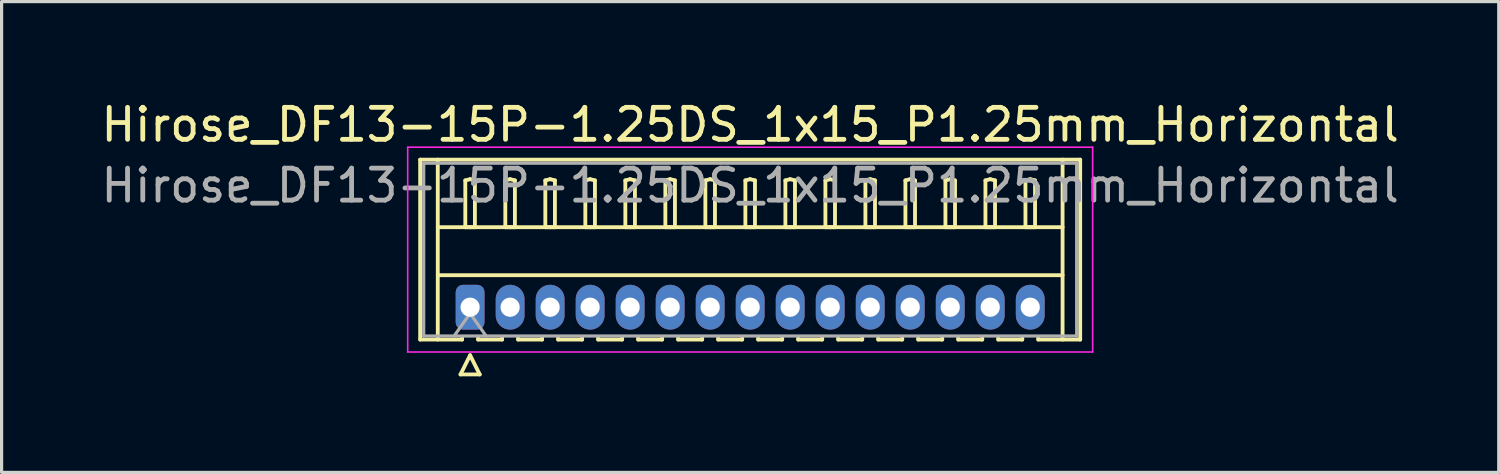
<source format=kicad_pcb>
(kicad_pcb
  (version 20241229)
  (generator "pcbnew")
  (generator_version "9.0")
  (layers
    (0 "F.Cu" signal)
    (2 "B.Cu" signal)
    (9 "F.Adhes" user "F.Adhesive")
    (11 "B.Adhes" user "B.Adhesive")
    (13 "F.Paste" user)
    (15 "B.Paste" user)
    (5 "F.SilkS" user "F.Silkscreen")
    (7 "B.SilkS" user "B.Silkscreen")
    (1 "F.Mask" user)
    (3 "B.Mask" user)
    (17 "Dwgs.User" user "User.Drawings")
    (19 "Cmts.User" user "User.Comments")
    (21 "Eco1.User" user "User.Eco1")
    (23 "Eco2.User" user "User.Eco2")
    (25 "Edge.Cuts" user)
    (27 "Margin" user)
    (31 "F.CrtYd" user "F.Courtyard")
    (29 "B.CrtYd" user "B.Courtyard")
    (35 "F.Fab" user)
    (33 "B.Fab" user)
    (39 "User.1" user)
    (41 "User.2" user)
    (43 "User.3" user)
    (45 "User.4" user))
  (footprint "Hirose_DF13-15P-1.25DS_1x15_P1.25mm_Horizontal"
    (layer "F.Cu")
    (at 11.637 6.548)
    (property "Reference" "Hirose_DF13-15P-1.25DS_1x15_P1.25mm_Horizontal" (at 8.75 -5.7 0) (layer "F.SilkS") (effects (font (size 1 1) (thickness 0.15))))
    (attr through_hole)
    (fp_line (start -1.56 -4.61) (end 19.06 -4.61) (stroke (width 0.12) (type solid)) (layer "F.SilkS"))
    (fp_line (start -1.56 1.01) (end -1.56 -4.61) (stroke (width 0.12) (type solid)) (layer "F.SilkS"))
    (fp_line (start -1.01 -4.61) (end -1.01 1.01) (stroke (width 0.12) (type solid)) (layer "F.SilkS"))
    (fp_line (start -1.01 -2.5) (end 18.51 -2.5) (stroke (width 0.12) (type solid)) (layer "F.SilkS"))
    (fp_line (start -1.01 -1) (end 18.51 -1) (stroke (width 0.12) (type solid)) (layer "F.SilkS"))
    (fp_line (start -0.3 2.1) (end 0.3 2.1) (stroke (width 0.12) (type solid)) (layer "F.SilkS"))
    (fp_line (start -0.25 0.96) (end -0.25 1.01) (stroke (width 0.12) (type solid)) (layer "F.SilkS"))
    (fp_line (start -0.25 1.01) (end -1.56 1.01) (stroke (width 0.12) (type solid)) (layer "F.SilkS"))
    (fp_line (start -0.15 -3.962) (end 0 -4) (stroke (width 0.12) (type solid)) (layer "F.SilkS"))
    (fp_line (start -0.15 -2.5) (end -0.15 -3.962) (stroke (width 0.12) (type solid)) (layer "F.SilkS"))
    (fp_line (start 0 -4) (end 0.15 -3.962) (stroke (width 0.12) (type solid)) (layer "F.SilkS"))
    (fp_line (start 0 -2.5) (end -0.15 -2.5) (stroke (width 0.12) (type solid)) (layer "F.SilkS"))
    (fp_line (start 0 1.5) (end -0.3 2.1) (stroke (width 0.12) (type solid)) (layer "F.SilkS"))
    (fp_line (start 0.15 -3.962) (end 0.15 -2.5) (stroke (width 0.12) (type solid)) (layer "F.SilkS"))
    (fp_line (start 0.15 -2.5) (end 0 -2.5) (stroke (width 0.12) (type solid)) (layer "F.SilkS"))
    (fp_line (start 0.25 0.96) (end 0.25 1.01) (stroke (width 0.12) (type solid)) (layer "F.SilkS"))
    (fp_line (start 0.25 1.01) (end 1 1.01) (stroke (width 0.12) (type solid)) (layer "F.SilkS"))
    (fp_line (start 0.3 2.1) (end 0 1.5) (stroke (width 0.12) (type solid)) (layer "F.SilkS"))
    (fp_line (start 1 1.01) (end 1 0.96) (stroke (width 0.12) (type solid)) (layer "F.SilkS"))
    (fp_line (start 1.1 -3.962) (end 1.25 -4) (stroke (width 0.12) (type solid)) (layer "F.SilkS"))
    (fp_line (start 1.1 -2.5) (end 1.1 -3.962) (stroke (width 0.12) (type solid)) (layer "F.SilkS"))
    (fp_line (start 1.25 -4) (end 1.4 -3.962) (stroke (width 0.12) (type solid)) (layer "F.SilkS"))
    (fp_line (start 1.25 -2.5) (end 1.1 -2.5) (stroke (width 0.12) (type solid)) (layer "F.SilkS"))
    (fp_line (start 1.4 -3.962) (end 1.4 -2.5) (stroke (width 0.12) (type solid)) (layer "F.SilkS"))
    (fp_line (start 1.4 -2.5) (end 1.25 -2.5) (stroke (width 0.12) (type solid)) (layer "F.SilkS"))
    (fp_line (start 1.5 0.96) (end 1.5 1.01) (stroke (width 0.12) (type solid)) (layer "F.SilkS"))
    (fp_line (start 1.5 1.01) (end 2.25 1.01) (stroke (width 0.12) (type solid)) (layer "F.SilkS"))
    (fp_line (start 2.25 1.01) (end 2.25 0.96) (stroke (width 0.12) (type solid)) (layer "F.SilkS"))
    (fp_line (start 2.35 -3.962) (end 2.5 -4) (stroke (width 0.12) (type solid)) (layer "F.SilkS"))
    (fp_line (start 2.35 -2.5) (end 2.35 -3.962) (stroke (width 0.12) (type solid)) (layer "F.SilkS"))
    (fp_line (start 2.5 -4) (end 2.65 -3.962) (stroke (width 0.12) (type solid)) (layer "F.SilkS"))
    (fp_line (start 2.5 -2.5) (end 2.35 -2.5) (stroke (width 0.12) (type solid)) (layer "F.SilkS"))
    (fp_line (start 2.65 -3.962) (end 2.65 -2.5) (stroke (width 0.12) (type solid)) (layer "F.SilkS"))
    (fp_line (start 2.65 -2.5) (end 2.5 -2.5) (stroke (width 0.12) (type solid)) (layer "F.SilkS"))
    (fp_line (start 2.75 0.96) (end 2.75 1.01) (stroke (width 0.12) (type solid)) (layer "F.SilkS"))
    (fp_line (start 2.75 1.01) (end 3.5 1.01) (stroke (width 0.12) (type solid)) (layer "F.SilkS"))
    (fp_line (start 3.5 1.01) (end 3.5 0.96) (stroke (width 0.12) (type solid)) (layer "F.SilkS"))
    (fp_line (start 3.6 -3.962) (end 3.75 -4) (stroke (width 0.12) (type solid)) (layer "F.SilkS"))
    (fp_line (start 3.6 -2.5) (end 3.6 -3.962) (stroke (width 0.12) (type solid)) (layer "F.SilkS"))
    (fp_line (start 3.75 -4) (end 3.9 -3.962) (stroke (width 0.12) (type solid)) (layer "F.SilkS"))
    (fp_line (start 3.75 -2.5) (end 3.6 -2.5) (stroke (width 0.12) (type solid)) (layer "F.SilkS"))
    (fp_line (start 3.9 -3.962) (end 3.9 -2.5) (stroke (width 0.12) (type solid)) (layer "F.SilkS"))
    (fp_line (start 3.9 -2.5) (end 3.75 -2.5) (stroke (width 0.12) (type solid)) (layer "F.SilkS"))
    (fp_line (start 4 0.96) (end 4 1.01) (stroke (width 0.12) (type solid)) (layer "F.SilkS"))
    (fp_line (start 4 1.01) (end 4.75 1.01) (stroke (width 0.12) (type solid)) (layer "F.SilkS"))
    (fp_line (start 4.75 1.01) (end 4.75 0.96) (stroke (width 0.12) (type solid)) (layer "F.SilkS"))
    (fp_line (start 4.85 -3.962) (end 5 -4) (stroke (width 0.12) (type solid)) (layer "F.SilkS"))
    (fp_line (start 4.85 -2.5) (end 4.85 -3.962) (stroke (width 0.12) (type solid)) (layer "F.SilkS"))
    (fp_line (start 5 -4) (end 5.15 -3.962) (stroke (width 0.12) (type solid)) (layer "F.SilkS"))
    (fp_line (start 5 -2.5) (end 4.85 -2.5) (stroke (width 0.12) (type solid)) (layer "F.SilkS"))
    (fp_line (start 5.15 -3.962) (end 5.15 -2.5) (stroke (width 0.12) (type solid)) (layer "F.SilkS"))
    (fp_line (start 5.15 -2.5) (end 5 -2.5) (stroke (width 0.12) (type solid)) (layer "F.SilkS"))
    (fp_line (start 5.25 0.96) (end 5.25 1.01) (stroke (width 0.12) (type solid)) (layer "F.SilkS"))
    (fp_line (start 5.25 1.01) (end 6 1.01) (stroke (width 0.12) (type solid)) (layer "F.SilkS"))
    (fp_line (start 6 1.01) (end 6 0.96) (stroke (width 0.12) (type solid)) (layer "F.SilkS"))
    (fp_line (start 6.1 -3.962) (end 6.25 -4) (stroke (width 0.12) (type solid)) (layer "F.SilkS"))
    (fp_line (start 6.1 -2.5) (end 6.1 -3.962) (stroke (width 0.12) (type solid)) (layer "F.SilkS"))
    (fp_line (start 6.25 -4) (end 6.4 -3.962) (stroke (width 0.12) (type solid)) (layer "F.SilkS"))
    (fp_line (start 6.25 -2.5) (end 6.1 -2.5) (stroke (width 0.12) (type solid)) (layer "F.SilkS"))
    (fp_line (start 6.4 -3.962) (end 6.4 -2.5) (stroke (width 0.12) (type solid)) (layer "F.SilkS"))
    (fp_line (start 6.4 -2.5) (end 6.25 -2.5) (stroke (width 0.12) (type solid)) (layer "F.SilkS"))
    (fp_line (start 6.5 0.96) (end 6.5 1.01) (stroke (width 0.12) (type solid)) (layer "F.SilkS"))
    (fp_line (start 6.5 1.01) (end 7.25 1.01) (stroke (width 0.12) (type solid)) (layer "F.SilkS"))
    (fp_line (start 7.25 1.01) (end 7.25 0.96) (stroke (width 0.12) (type solid)) (layer "F.SilkS"))
    (fp_line (start 7.35 -3.962) (end 7.5 -4) (stroke (width 0.12) (type solid)) (layer "F.SilkS"))
    (fp_line (start 7.35 -2.5) (end 7.35 -3.962) (stroke (width 0.12) (type solid)) (layer "F.SilkS"))
    (fp_line (start 7.5 -4) (end 7.65 -3.962) (stroke (width 0.12) (type solid)) (layer "F.SilkS"))
    (fp_line (start 7.5 -2.5) (end 7.35 -2.5) (stroke (width 0.12) (type solid)) (layer "F.SilkS"))
    (fp_line (start 7.65 -3.962) (end 7.65 -2.5) (stroke (width 0.12) (type solid)) (layer "F.SilkS"))
    (fp_line (start 7.65 -2.5) (end 7.5 -2.5) (stroke (width 0.12) (type solid)) (layer "F.SilkS"))
    (fp_line (start 7.75 0.96) (end 7.75 1.01) (stroke (width 0.12) (type solid)) (layer "F.SilkS"))
    (fp_line (start 7.75 1.01) (end 8.5 1.01) (stroke (width 0.12) (type solid)) (layer "F.SilkS"))
    (fp_line (start 8.5 1.01) (end 8.5 0.96) (stroke (width 0.12) (type solid)) (layer "F.SilkS"))
    (fp_line (start 8.6 -3.962) (end 8.75 -4) (stroke (width 0.12) (type solid)) (layer "F.SilkS"))
    (fp_line (start 8.6 -2.5) (end 8.6 -3.962) (stroke (width 0.12) (type solid)) (layer "F.SilkS"))
    (fp_line (start 8.75 -4) (end 8.9 -3.962) (stroke (width 0.12) (type solid)) (layer "F.SilkS"))
    (fp_line (start 8.75 -2.5) (end 8.6 -2.5) (stroke (width 0.12) (type solid)) (layer "F.SilkS"))
    (fp_line (start 8.9 -3.962) (end 8.9 -2.5) (stroke (width 0.12) (type solid)) (layer "F.SilkS"))
    (fp_line (start 8.9 -2.5) (end 8.75 -2.5) (stroke (width 0.12) (type solid)) (layer "F.SilkS"))
    (fp_line (start 9 0.96) (end 9 1.01) (stroke (width 0.12) (type solid)) (layer "F.SilkS"))
    (fp_line (start 9 1.01) (end 9.75 1.01) (stroke (width 0.12) (type solid)) (layer "F.SilkS"))
    (fp_line (start 9.75 1.01) (end 9.75 0.96) (stroke (width 0.12) (type solid)) (layer "F.SilkS"))
    (fp_line (start 9.85 -3.962) (end 10 -4) (stroke (width 0.12) (type solid)) (layer "F.SilkS"))
    (fp_line (start 9.85 -2.5) (end 9.85 -3.962) (stroke (width 0.12) (type solid)) (layer "F.SilkS"))
    (fp_line (start 10 -4) (end 10.15 -3.962) (stroke (width 0.12) (type solid)) (layer "F.SilkS"))
    (fp_line (start 10 -2.5) (end 9.85 -2.5) (stroke (width 0.12) (type solid)) (layer "F.SilkS"))
    (fp_line (start 10.15 -3.962) (end 10.15 -2.5) (stroke (width 0.12) (type solid)) (layer "F.SilkS"))
    (fp_line (start 10.15 -2.5) (end 10 -2.5) (stroke (width 0.12) (type solid)) (layer "F.SilkS"))
    (fp_line (start 10.25 0.96) (end 10.25 1.01) (stroke (width 0.12) (type solid)) (layer "F.SilkS"))
    (fp_line (start 10.25 1.01) (end 11 1.01) (stroke (width 0.12) (type solid)) (layer "F.SilkS"))
    (fp_line (start 11 1.01) (end 11 0.96) (stroke (width 0.12) (type solid)) (layer "F.SilkS"))
    (fp_line (start 11.1 -3.962) (end 11.25 -4) (stroke (width 0.12) (type solid)) (layer "F.SilkS"))
    (fp_line (start 11.1 -2.5) (end 11.1 -3.962) (stroke (width 0.12) (type solid)) (layer "F.SilkS"))
    (fp_line (start 11.25 -4) (end 11.4 -3.962) (stroke (width 0.12) (type solid)) (layer "F.SilkS"))
    (fp_line (start 11.25 -2.5) (end 11.1 -2.5) (stroke (width 0.12) (type solid)) (layer "F.SilkS"))
    (fp_line (start 11.4 -3.962) (end 11.4 -2.5) (stroke (width 0.12) (type solid)) (layer "F.SilkS"))
    (fp_line (start 11.4 -2.5) (end 11.25 -2.5) (stroke (width 0.12) (type solid)) (layer "F.SilkS"))
    (fp_line (start 11.5 0.96) (end 11.5 1.01) (stroke (width 0.12) (type solid)) (layer "F.SilkS"))
    (fp_line (start 11.5 1.01) (end 12.25 1.01) (stroke (width 0.12) (type solid)) (layer "F.SilkS"))
    (fp_line (start 12.25 1.01) (end 12.25 0.96) (stroke (width 0.12) (type solid)) (layer "F.SilkS"))
    (fp_line (start 12.35 -3.962) (end 12.5 -4) (stroke (width 0.12) (type solid)) (layer "F.SilkS"))
    (fp_line (start 12.35 -2.5) (end 12.35 -3.962) (stroke (width 0.12) (type solid)) (layer "F.SilkS"))
    (fp_line (start 12.5 -4) (end 12.65 -3.962) (stroke (width 0.12) (type solid)) (layer "F.SilkS"))
    (fp_line (start 12.5 -2.5) (end 12.35 -2.5) (stroke (width 0.12) (type solid)) (layer "F.SilkS"))
    (fp_line (start 12.65 -3.962) (end 12.65 -2.5) (stroke (width 0.12) (type solid)) (layer "F.SilkS"))
    (fp_line (start 12.65 -2.5) (end 12.5 -2.5) (stroke (width 0.12) (type solid)) (layer "F.SilkS"))
    (fp_line (start 12.75 0.96) (end 12.75 1.01) (stroke (width 0.12) (type solid)) (layer "F.SilkS"))
    (fp_line (start 12.75 1.01) (end 13.5 1.01) (stroke (width 0.12) (type solid)) (layer "F.SilkS"))
    (fp_line (start 13.5 1.01) (end 13.5 0.96) (stroke (width 0.12) (type solid)) (layer "F.SilkS"))
    (fp_line (start 13.6 -3.962) (end 13.75 -4) (stroke (width 0.12) (type solid)) (layer "F.SilkS"))
    (fp_line (start 13.6 -2.5) (end 13.6 -3.962) (stroke (width 0.12) (type solid)) (layer "F.SilkS"))
    (fp_line (start 13.75 -4) (end 13.9 -3.962) (stroke (width 0.12) (type solid)) (layer "F.SilkS"))
    (fp_line (start 13.75 -2.5) (end 13.6 -2.5) (stroke (width 0.12) (type solid)) (layer "F.SilkS"))
    (fp_line (start 13.9 -3.962) (end 13.9 -2.5) (stroke (width 0.12) (type solid)) (layer "F.SilkS"))
    (fp_line (start 13.9 -2.5) (end 13.75 -2.5) (stroke (width 0.12) (type solid)) (layer "F.SilkS"))
    (fp_line (start 14 0.96) (end 14 1.01) (stroke (width 0.12) (type solid)) (layer "F.SilkS"))
    (fp_line (start 14 1.01) (end 14.75 1.01) (stroke (width 0.12) (type solid)) (layer "F.SilkS"))
    (fp_line (start 14.75 1.01) (end 14.75 0.96) (stroke (width 0.12) (type solid)) (layer "F.SilkS"))
    (fp_line (start 14.85 -3.962) (end 15 -4) (stroke (width 0.12) (type solid)) (layer "F.SilkS"))
    (fp_line (start 14.85 -2.5) (end 14.85 -3.962) (stroke (width 0.12) (type solid)) (layer "F.SilkS"))
    (fp_line (start 15 -4) (end 15.15 -3.962) (stroke (width 0.12) (type solid)) (layer "F.SilkS"))
    (fp_line (start 15 -2.5) (end 14.85 -2.5) (stroke (width 0.12) (type solid)) (layer "F.SilkS"))
    (fp_line (start 15.15 -3.962) (end 15.15 -2.5) (stroke (width 0.12) (type solid)) (layer "F.SilkS"))
    (fp_line (start 15.15 -2.5) (end 15 -2.5) (stroke (width 0.12) (type solid)) (layer "F.SilkS"))
    (fp_line (start 15.25 0.96) (end 15.25 1.01) (stroke (width 0.12) (type solid)) (layer "F.SilkS"))
    (fp_line (start 15.25 1.01) (end 16 1.01) (stroke (width 0.12) (type solid)) (layer "F.SilkS"))
    (fp_line (start 16 1.01) (end 16 0.96) (stroke (width 0.12) (type solid)) (layer "F.SilkS"))
    (fp_line (start 16.1 -3.962) (end 16.25 -4) (stroke (width 0.12) (type solid)) (layer "F.SilkS"))
    (fp_line (start 16.1 -2.5) (end 16.1 -3.962) (stroke (width 0.12) (type solid)) (layer "F.SilkS"))
    (fp_line (start 16.25 -4) (end 16.4 -3.962) (stroke (width 0.12) (type solid)) (layer "F.SilkS"))
    (fp_line (start 16.25 -2.5) (end 16.1 -2.5) (stroke (width 0.12) (type solid)) (layer "F.SilkS"))
    (fp_line (start 16.4 -3.962) (end 16.4 -2.5) (stroke (width 0.12) (type solid)) (layer "F.SilkS"))
    (fp_line (start 16.4 -2.5) (end 16.25 -2.5) (stroke (width 0.12) (type solid)) (layer "F.SilkS"))
    (fp_line (start 16.5 0.96) (end 16.5 1.01) (stroke (width 0.12) (type solid)) (layer "F.SilkS"))
    (fp_line (start 16.5 1.01) (end 17.25 1.01) (stroke (width 0.12) (type solid)) (layer "F.SilkS"))
    (fp_line (start 17.25 1.01) (end 17.25 0.96) (stroke (width 0.12) (type solid)) (layer "F.SilkS"))
    (fp_line (start 17.35 -3.962) (end 17.5 -4) (stroke (width 0.12) (type solid)) (layer "F.SilkS"))
    (fp_line (start 17.35 -2.5) (end 17.35 -3.962) (stroke (width 0.12) (type solid)) (layer "F.SilkS"))
    (fp_line (start 17.5 -4) (end 17.65 -3.962) (stroke (width 0.12) (type solid)) (layer "F.SilkS"))
    (fp_line (start 17.5 -2.5) (end 17.35 -2.5) (stroke (width 0.12) (type solid)) (layer "F.SilkS"))
    (fp_line (start 17.65 -3.962) (end 17.65 -2.5) (stroke (width 0.12) (type solid)) (layer "F.SilkS"))
    (fp_line (start 17.65 -2.5) (end 17.5 -2.5) (stroke (width 0.12) (type solid)) (layer "F.SilkS"))
    (fp_line (start 17.75 1.01) (end 17.75 0.96) (stroke (width 0.12) (type solid)) (layer "F.SilkS"))
    (fp_line (start 18.51 -4.61) (end 18.51 1.01) (stroke (width 0.12) (type solid)) (layer "F.SilkS"))
    (fp_line (start 19.06 -4.61) (end 19.06 1.01) (stroke (width 0.12) (type solid)) (layer "F.SilkS"))
    (fp_line (start 19.06 1.01) (end 17.75 1.01) (stroke (width 0.12) (type solid)) (layer "F.SilkS"))
    (fp_line (start -1.95 -5) (end -1.95 1.4) (stroke (width 0.05) (type solid)) (layer "F.CrtYd"))
    (fp_line (start -1.95 1.4) (end 19.45 1.4) (stroke (width 0.05) (type solid)) (layer "F.CrtYd"))
    (fp_line (start 19.45 -5) (end -1.95 -5) (stroke (width 0.05) (type solid)) (layer "F.CrtYd"))
    (fp_line (start 19.45 1.4) (end 19.45 -5) (stroke (width 0.05) (type solid)) (layer "F.CrtYd"))
    (fp_line (start -1.45 -4.5) (end -1.45 0.9) (stroke (width 0.1) (type solid)) (layer "F.Fab"))
    (fp_line (start -1.45 0.9) (end 18.95 0.9) (stroke (width 0.1) (type solid)) (layer "F.Fab"))
    (fp_line (start -0.5 0.9) (end 0 0.193) (stroke (width 0.1) (type solid)) (layer "F.Fab"))
    (fp_line (start 0 0.193) (end 0.5 0.9) (stroke (width 0.1) (type solid)) (layer "F.Fab"))
    (fp_line (start 18.95 -4.5) (end -1.45 -4.5) (stroke (width 0.1) (type solid)) (layer "F.Fab"))
    (fp_line (start 18.95 0.9) (end 18.95 -4.5) (stroke (width 0.1) (type solid)) (layer "F.Fab"))
    (fp_text user "${REFERENCE}" (at 8.75 -3.8 0) (layer "F.Fab") (effects (font (size 1 1) (thickness 0.15))))
    (pad "1" thru_hole roundrect (at 0 0) (size 0.9 1.4) (drill 0.6) (layers "*.Cu" "*.Mask") (roundrect_rratio 0.25))
    (pad "2" thru_hole oval (at 1.25 0) (size 0.9 1.4) (drill 0.6) (layers "*.Cu" "*.Mask"))
    (pad "3" thru_hole oval (at 2.5 0) (size 0.9 1.4) (drill 0.6) (layers "*.Cu" "*.Mask"))
    (pad "4" thru_hole oval (at 3.75 0) (size 0.9 1.4) (drill 0.6) (layers "*.Cu" "*.Mask"))
    (pad "5" thru_hole oval (at 5 0) (size 0.9 1.4) (drill 0.6) (layers "*.Cu" "*.Mask"))
    (pad "6" thru_hole oval (at 6.25 0) (size 0.9 1.4) (drill 0.6) (layers "*.Cu" "*.Mask"))
    (pad "7" thru_hole oval (at 7.5 0) (size 0.9 1.4) (drill 0.6) (layers "*.Cu" "*.Mask"))
    (pad "8" thru_hole oval (at 8.75 0) (size 0.9 1.4) (drill 0.6) (layers "*.Cu" "*.Mask"))
    (pad "9" thru_hole oval (at 10 0) (size 0.9 1.4) (drill 0.6) (layers "*.Cu" "*.Mask"))
    (pad "10" thru_hole oval (at 11.25 0) (size 0.9 1.4) (drill 0.6) (layers "*.Cu" "*.Mask"))
    (pad "11" thru_hole oval (at 12.5 0) (size 0.9 1.4) (drill 0.6) (layers "*.Cu" "*.Mask"))
    (pad "12" thru_hole oval (at 13.75 0) (size 0.9 1.4) (drill 0.6) (layers "*.Cu" "*.Mask"))
    (pad "13" thru_hole oval (at 15 0) (size 0.9 1.4) (drill 0.6) (layers "*.Cu" "*.Mask"))
    (pad "14" thru_hole oval (at 16.25 0) (size 0.9 1.4) (drill 0.6) (layers "*.Cu" "*.Mask"))
    (pad "15" thru_hole oval (at 17.5 0) (size 0.9 1.4) (drill 0.6) (layers "*.Cu" "*.Mask")))
  (gr_rect
    (start -3 -3)
    (end 43.774 11.708)
    (stroke (width 0.1) (type default))
    (fill no)
    (layer "Edge.Cuts")))
</source>
